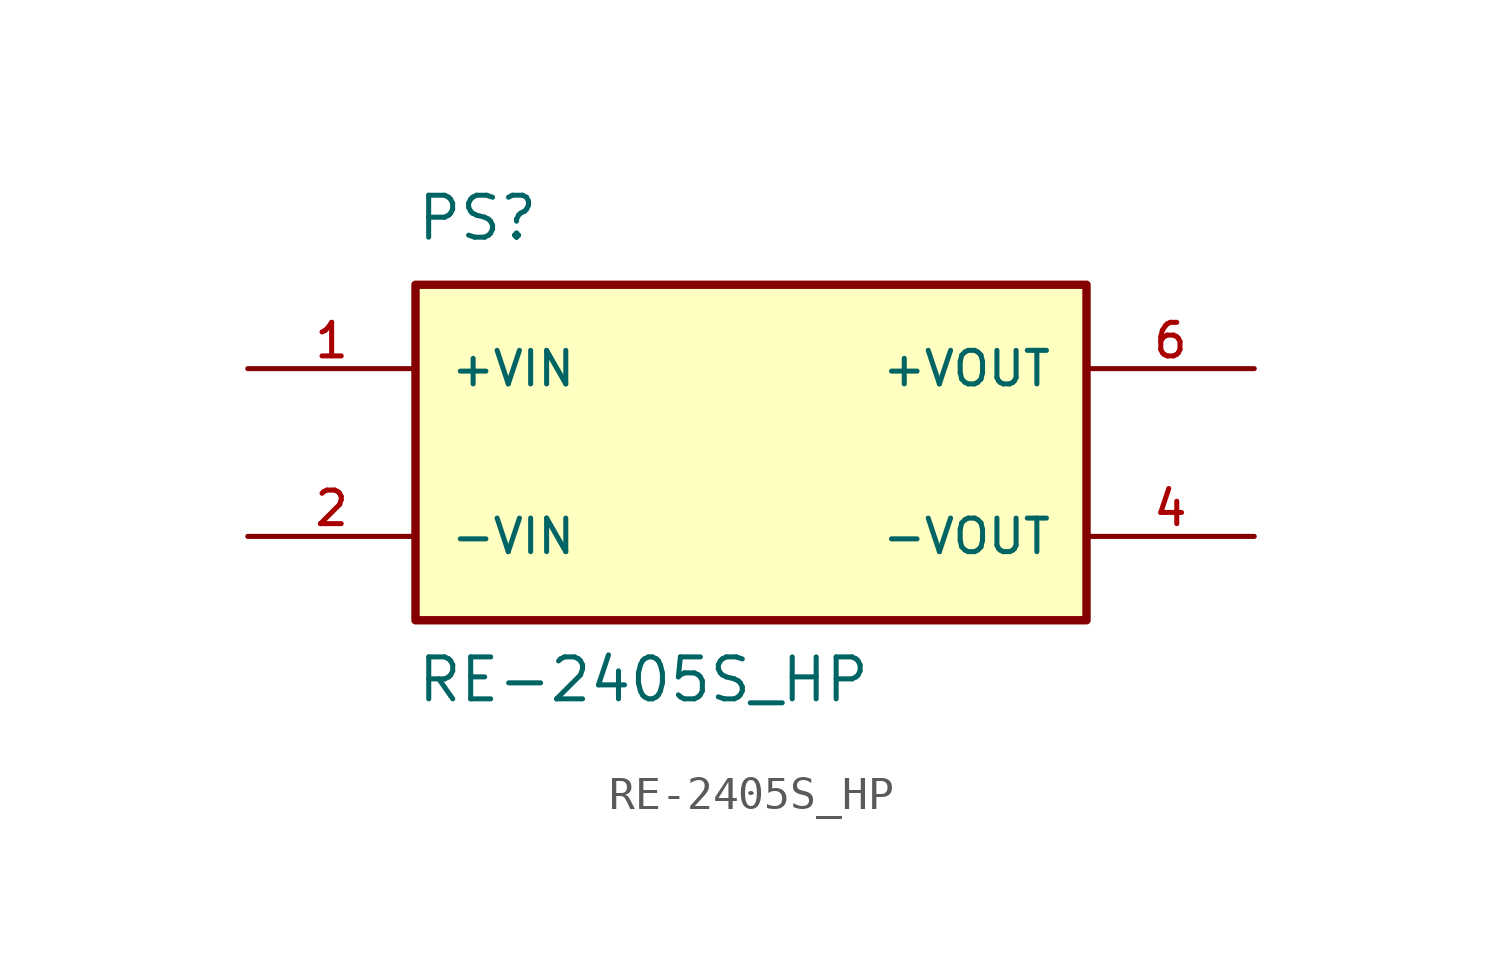
<source format=kicad_sym>
(kicad_symbol_lib
  (version 20211014)
  (generator kicad_symbol_editor)
  (symbol "RE-2405S_HP"
    (pin_names
      (offset 1.016))
    (property "Reference" "PS"
      (at -10.164 6.358 0)
      (effects (font (size 1.27 1.27)) (justify bottom left)))
    (property "Value" "RE-2405S_HP"
      (at -10.161 -7.623 0)
      (effects (font (size 1.27 1.27)) (justify bottom left)))
    (symbol "RE-2405S_HP_0_0"
      (rectangle (start -10.16 -5.08) (end 10.16 5.08) (stroke (width 0.254)) (fill (type background)))
      (pin input line (at -15.24 2.54 0) (length 5.08) (name "+VIN" (effects (font (size 1.016 1.016)))) (number "1" (effects (font (size 1.016 1.016)))))
      (pin output line (at 15.24 2.54 180.0) (length 5.08) (name "+VOUT" (effects (font (size 1.016 1.016)))) (number "6" (effects (font (size 1.016 1.016)))))
      (pin output line (at 15.24 -2.54 180.0) (length 5.08) (name "-VOUT" (effects (font (size 1.016 1.016)))) (number "4" (effects (font (size 1.016 1.016)))))
      (pin input line (at -15.24 -2.54 0) (length 5.08) (name "-VIN" (effects (font (size 1.016 1.016)))) (number "2" (effects (font (size 1.016 1.016))))))))
</source>
